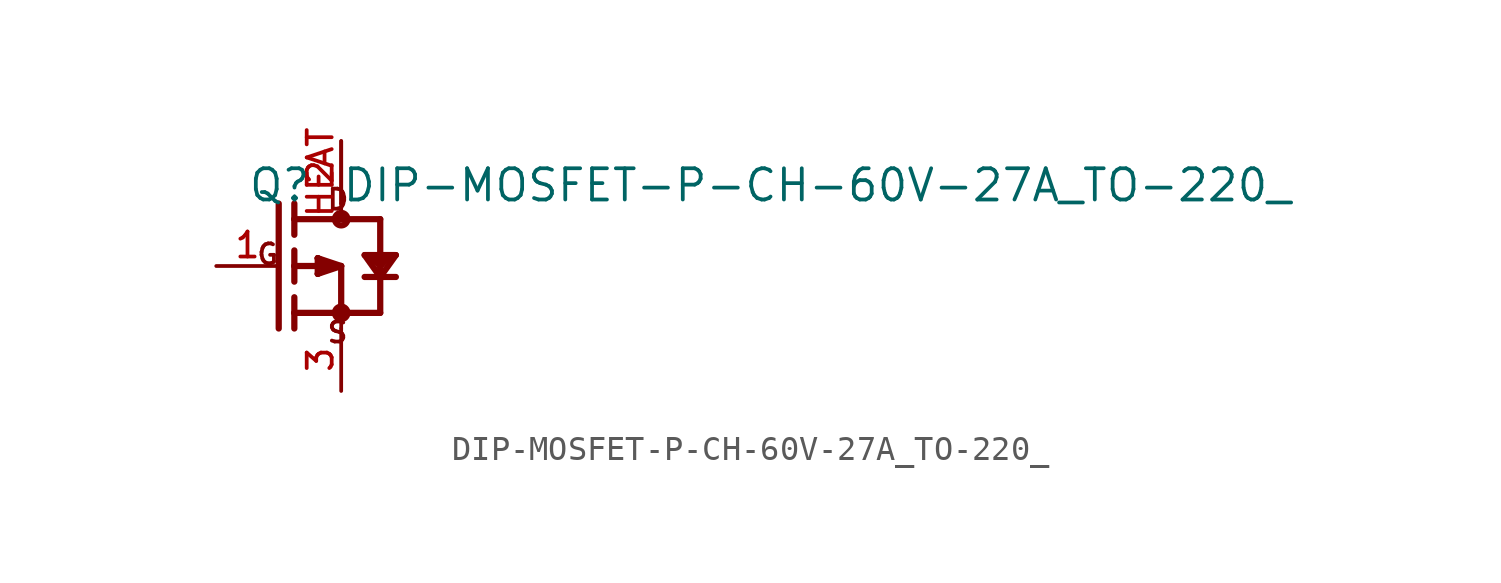
<source format=kicad_sym>
(kicad_symbol_lib
  (version 20211014)
  (generator kicad_symbol_editor)
  (symbol "DIP-MOSFET-P-CH-60V-27A_TO-220_"
    (pin_names
      (offset 1.016))
    (property "Reference" "Q"
      (at -3.813 2.542 0)
      (effects (font (size 1.27 1.27)) (justify bottom left)))
    (property "Value" "DIP-MOSFET-P-CH-60V-27A_TO-220_"
      (at 0.0 2.541 0)
      (effects (font (size 1.27 1.27)) (justify bottom left)))
    (symbol "DIP-MOSFET-P-CH-60V-27A_TO-220__0_0"
      (polyline (pts (xy 0.0 2.54) (xy 0.0 1.905)) (stroke (width 0.152)))
      (polyline (pts (xy 0.0 -1.905) (xy 0.0 -2.54)) (stroke (width 0.152)))
      (polyline (pts (xy 0.0 1.905) (xy 1.587 1.905)) (stroke (width 0.254)))
      (polyline (pts (xy 1.587 1.905) (xy 1.587 0.0)) (stroke (width 0.254)))
      (polyline (pts (xy 1.587 0.0) (xy 1.587 -0.445)) (stroke (width 0.254)))
      (polyline (pts (xy 1.587 -0.445) (xy 1.587 -1.905)) (stroke (width 0.254)))
      (polyline (pts (xy 1.587 -1.905) (xy 0.0 -1.905)) (stroke (width 0.254)))
      (polyline (pts (xy 0.953 0.445) (xy 1.27 0.445)) (stroke (width 0.254)))
      (polyline (pts (xy 1.27 0.445) (xy 1.905 0.445)) (stroke (width 0.254)))
      (polyline (pts (xy 1.905 0.445) (xy 2.223 0.445)) (stroke (width 0.254)))
      (polyline (pts (xy 2.223 0.445) (xy 1.587 -0.445)) (stroke (width 0.254)))
      (polyline (pts (xy 1.587 -0.445) (xy 0.953 0.445)) (stroke (width 0.254)))
      (polyline (pts (xy 0.953 -0.445) (xy 1.587 -0.445)) (stroke (width 0.254)))
      (polyline (pts (xy 1.587 -0.445) (xy 2.223 -0.445)) (stroke (width 0.254)))
      (polyline (pts (xy -1.905 2.54) (xy -1.905 1.905)) (stroke (width 0.254)))
      (polyline (pts (xy -1.905 1.905) (xy -1.905 1.27)) (stroke (width 0.254)))
      (polyline (pts (xy -1.905 0.635) (xy -1.905 0.0)) (stroke (width 0.254)))
      (polyline (pts (xy -1.905 0.0) (xy -1.905 -0.635)) (stroke (width 0.254)))
      (polyline (pts (xy -1.905 -2.54) (xy -1.905 -1.905)) (stroke (width 0.254)))
      (polyline (pts (xy -1.905 -1.905) (xy -1.905 -1.27)) (stroke (width 0.254)))
      (polyline (pts (xy -2.54 2.54) (xy -2.54 -2.54)) (stroke (width 0.254)))
      (polyline (pts (xy -1.905 0.0) (xy -0.318 0.0)) (stroke (width 0.254)))
      (polyline (pts (xy -0.318 0.0) (xy 0.0 0.0)) (stroke (width 0.152)))
      (polyline (pts (xy 0.0 0.0) (xy 0.0 -1.905)) (stroke (width 0.254)))
      (polyline (pts (xy -1.905 1.905) (xy 0.0 1.905)) (stroke (width 0.254)))
      (polyline (pts (xy -1.905 -1.905) (xy 0.0 -1.905)) (stroke (width 0.254)))
      (polyline (pts (xy 0.0 0.0) (xy -0.953 0.318)) (stroke (width 0.254)))
      (polyline (pts (xy 0.0 0.0) (xy -0.953 -0.318)) (stroke (width 0.254)))
      (polyline (pts (xy -0.953 0.318) (xy -0.953 -0.318)) (stroke (width 0.254)))
      (polyline (pts (xy -0.953 -0.318) (xy -0.318 0.0)) (stroke (width 0.254)))
      (polyline (pts (xy -0.318 0.0) (xy -0.953 0.318)) (stroke (width 0.254)))
      (polyline (pts (xy -0.953 0.318) (xy -0.508 -0.127)) (stroke (width 0.254)))
      (polyline (pts (xy 1.27 0.445) (xy 1.587 0.0)) (stroke (width 0.254)))
      (polyline (pts (xy 1.587 0.0) (xy 1.905 0.445)) (stroke (width 0.254)))
      (polyline (pts (xy 1.27 0.318) (xy 1.587 0.0)) (stroke (width 0.254)))
      (polyline (pts (xy 1.587 0.0) (xy 1.905 0.318)) (stroke (width 0.254)))
      (circle (center 0.0 1.905) (radius 0.254) (stroke (width 0.254)) (fill (type none)))
      (circle (center 0.0 -1.905) (radius 0.254) (stroke (width 0.254)) (fill (type none)))
      (text "D" (at -0.636 2.225 0) (effects (font (size 0.814 0.814)) (justify bottom left)))
      (text "S" (at -0.635 -3.177 0) (effects (font (size 0.813 0.813)) (justify bottom left)))
      (text "G" (at -3.494 0.0 0) (effects (font (size 0.813 0.813)) (justify bottom left)))
      (pin passive line (at -5.08 0.0 0) (length 2.54) (name "~" (effects (font (size 1.016 1.016)))) (number "1" (effects (font (size 1.016 1.016)))))
      (pin passive line (at 0.0 5.08 270.0) (length 2.54) (name "~" (effects (font (size 1.016 1.016)))) (number "2" (effects (font (size 1.016 1.016)))))
      (pin passive line (at 0.0 5.08 270.0) (length 2.54) (name "~" (effects (font (size 1.016 1.016)))) (number "HEAT" (effects (font (size 1.016 1.016)))))
      (pin passive line (at 0.0 -5.08 90.0) (length 2.54) (name "~" (effects (font (size 1.016 1.016)))) (number "3" (effects (font (size 1.016 1.016))))))))
</source>
